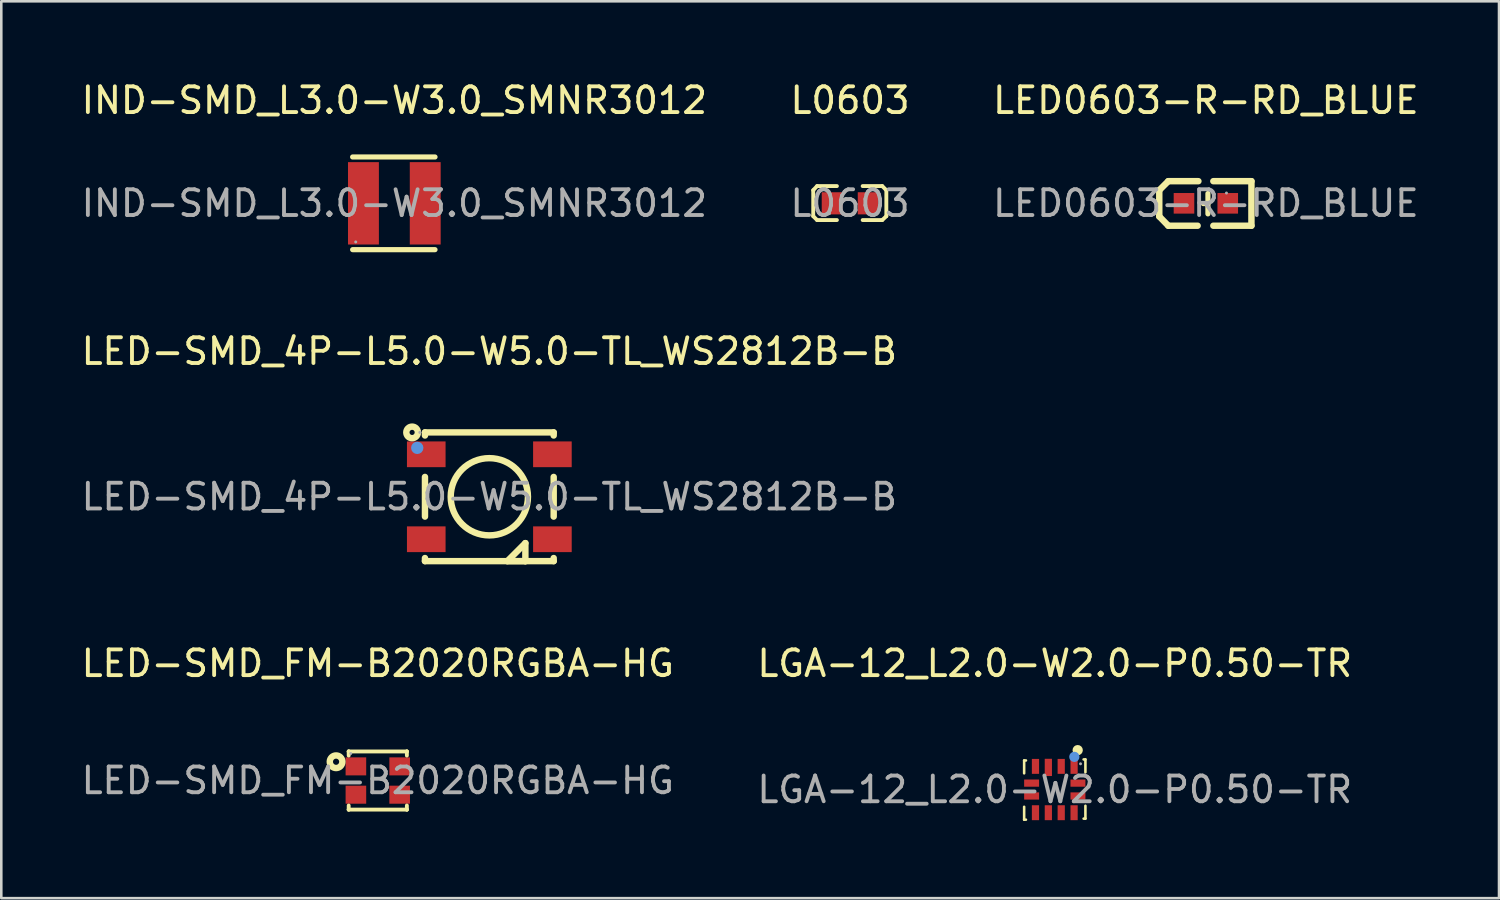
<source format=kicad_pcb>
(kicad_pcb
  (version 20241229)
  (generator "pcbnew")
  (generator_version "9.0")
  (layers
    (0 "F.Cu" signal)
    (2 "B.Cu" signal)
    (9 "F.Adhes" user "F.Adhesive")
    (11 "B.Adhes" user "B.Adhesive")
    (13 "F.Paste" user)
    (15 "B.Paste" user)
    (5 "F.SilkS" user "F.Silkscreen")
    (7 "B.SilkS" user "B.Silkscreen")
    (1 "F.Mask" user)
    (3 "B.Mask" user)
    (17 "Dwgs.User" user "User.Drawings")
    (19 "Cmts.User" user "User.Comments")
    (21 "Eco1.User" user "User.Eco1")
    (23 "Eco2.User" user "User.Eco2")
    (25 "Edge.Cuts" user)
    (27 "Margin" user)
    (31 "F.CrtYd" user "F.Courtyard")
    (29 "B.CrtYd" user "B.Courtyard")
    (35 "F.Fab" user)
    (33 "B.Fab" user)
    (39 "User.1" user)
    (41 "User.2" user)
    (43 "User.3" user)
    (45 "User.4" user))
  (footprint "LED-SMD_4P-L5.0-W5.0-TL_WS2812B-B"
    (layer "F.Cu")
    (at 15.958 16.247)
    (property "Reference" "LED-SMD_4P-L5.0-W5.0-TL_WS2812B-B" (at 0 -5.65 0) (layer "F.SilkS") (effects (font (size 1 1) (thickness 0.15))))
    (attr through_hole)
    (fp_line (start -2.5 -2.5) (end 2.5 -2.5) (stroke (width 0.25) (type solid)) (layer "F.SilkS"))
    (fp_line (start -2.5 -2.38) (end -2.5 -2.5) (stroke (width 0.25) (type solid)) (layer "F.SilkS"))
    (fp_line (start -2.5 0.77) (end -2.5 -0.77) (stroke (width 0.25) (type solid)) (layer "F.SilkS"))
    (fp_line (start -2.5 2.5) (end -2.5 2.38) (stroke (width 0.25) (type solid)) (layer "F.SilkS"))
    (fp_line (start 0.7 2.5) (end 1.4 1.8) (stroke (width 0.25) (type solid)) (layer "F.SilkS"))
    (fp_line (start 1.4 1.8) (end 1.4 2.5) (stroke (width 0.25) (type solid)) (layer "F.SilkS"))
    (fp_line (start 1.4 2.5) (end 0.7 2.5) (stroke (width 0.25) (type solid)) (layer "F.SilkS"))
    (fp_line (start 1.4 2.5) (end 1.4 2.5) (stroke (width 0.25) (type solid)) (layer "F.SilkS"))
    (fp_line (start 2.5 -2.5) (end 2.5 -2.38) (stroke (width 0.25) (type solid)) (layer "F.SilkS"))
    (fp_line (start 2.5 -0.77) (end 2.5 0.77) (stroke (width 0.25) (type solid)) (layer "F.SilkS"))
    (fp_line (start 2.5 2.38) (end 2.5 2.5) (stroke (width 0.25) (type solid)) (layer "F.SilkS"))
    (fp_line (start 2.5 2.5) (end -2.5 2.5) (stroke (width 0.25) (type solid)) (layer "F.SilkS"))
    (fp_circle (center -3 -2.5) (end -2.9 -2.5) (stroke (width 0.25) (type solid)) (fill no) (layer "F.SilkS"))
    (fp_circle (center 0 0) (end 1.5 0) (stroke (width 0.25) (type solid)) (fill no) (layer "F.SilkS"))
    (fp_circle (center -2.8 -1.9) (end -2.68 -1.9) (stroke (width 0.24) (type solid)) (fill no) (layer "Cmts.User"))
    (fp_circle (center -2.7 -2.5) (end -2.67 -2.5) (stroke (width 0.06) (type solid)) (fill no) (layer "F.Fab"))
    (fp_text user "${REFERENCE}" (at 0 0 0) (layer "F.Fab") (effects (font (size 1 1) (thickness 0.15))))
    (pad "1" smd rect (at -2.45 -1.65 180) (size 1.5 1) (layers "F.Cu" "F.Mask" "F.Paste"))
    (pad "2" smd rect (at -2.45 1.65 180) (size 1.5 1) (layers "F.Cu" "F.Mask" "F.Paste"))
    (pad "3" smd rect (at 2.45 1.65 180) (size 1.5 1) (layers "F.Cu" "F.Mask" "F.Paste"))
    (pad "4" smd rect (at 2.45 -1.65 180) (size 1.5 1) (layers "F.Cu" "F.Mask" "F.Paste")))
  (footprint "LED0603-R-RD_BLUE"
    (layer "F.Cu")
    (at 43.792 4.848)
    (property "Reference" "LED0603-R-RD_BLUE" (at 0 -4 0) (layer "F.SilkS") (effects (font (size 1 1) (thickness 0.15))))
    (attr through_hole)
    (fp_line (start -1.81 -0.51) (end -1.46 -0.86) (stroke (width 0.25) (type solid)) (layer "F.SilkS"))
    (fp_line (start -1.81 0.51) (end -1.81 -0.51) (stroke (width 0.25) (type solid)) (layer "F.SilkS"))
    (fp_line (start -1.46 0.87) (end -1.81 0.51) (stroke (width 0.25) (type solid)) (layer "F.SilkS"))
    (fp_line (start -0.32 0.87) (end -1.46 0.87) (stroke (width 0.25) (type solid)) (layer "F.SilkS"))
    (fp_line (start -0.29 -0.86) (end -1.46 -0.86) (stroke (width 0.25) (type solid)) (layer "F.SilkS"))
    (fp_line (start 0.08 0.01) (end -0.1 0.01) (stroke (width 0.2) (type solid)) (layer "F.SilkS"))
    (fp_line (start 0.08 0.41) (end 0.08 -0.38) (stroke (width 0.2) (type solid)) (layer "F.SilkS"))
    (fp_line (start 1.77 -0.86) (end 0.29 -0.86) (stroke (width 0.25) (type solid)) (layer "F.SilkS"))
    (fp_line (start 1.77 0.87) (end 0.29 0.87) (stroke (width 0.25) (type solid)) (layer "F.SilkS"))
    (fp_line (start 1.77 0.87) (end 1.77 -0.86) (stroke (width 0.25) (type solid)) (layer "F.SilkS"))
    (fp_circle (center 0.8 -0.4) (end 0.83 -0.4) (stroke (width 0.06) (type solid)) (fill no) (layer "F.Fab"))
    (fp_text user "${REFERENCE}" (at 0 0 0) (layer "F.Fab") (effects (font (size 1 1) (thickness 0.15))))
    (pad "1" smd rect (at 0.85 0 90) (size 0.8 0.8) (layers "F.Cu" "F.Mask" "F.Paste"))
    (pad "2" smd rect (at -0.85 0 90) (size 0.8 0.8) (layers "F.Cu" "F.Mask" "F.Paste")))
  (footprint "LGA-12_L2.0-W2.0-P0.50-TR"
    (layer "F.Cu")
    (at 37.923 27.62)
    (property "Reference" "LGA-12_L2.0-W2.0-P0.50-TR" (at 0 -4.9 0) (layer "F.SilkS") (effects (font (size 1 1) (thickness 0.15))))
    (attr through_hole)
    (fp_line (start -1.19 -1.13) (end -1.19 -0.63) (stroke (width 0.1) (type solid)) (layer "F.SilkS"))
    (fp_line (start -1.19 1.17) (end -1.19 0.67) (stroke (width 0.1) (type solid)) (layer "F.SilkS"))
    (fp_line (start -1.12 -1.13) (end -1.19 -1.13) (stroke (width 0.1) (type solid)) (layer "F.SilkS"))
    (fp_line (start -1.12 1.17) (end -1.19 1.17) (stroke (width 0.1) (type solid)) (layer "F.SilkS"))
    (fp_line (start 1.12 -1.17) (end 1.19 -1.17) (stroke (width 0.1) (type solid)) (layer "F.SilkS"))
    (fp_line (start 1.12 1.13) (end 1.19 1.13) (stroke (width 0.1) (type solid)) (layer "F.SilkS"))
    (fp_line (start 1.19 -1.17) (end 1.19 -0.67) (stroke (width 0.1) (type solid)) (layer "F.SilkS"))
    (fp_line (start 1.19 1.13) (end 1.19 0.63) (stroke (width 0.1) (type solid)) (layer "F.SilkS"))
    (fp_circle (center 0.89 -1.53) (end 0.99 -1.53) (stroke (width 0.2) (type solid)) (fill no) (layer "F.SilkS"))
    (fp_circle (center 0.76 -1.27) (end 0.86 -1.27) (stroke (width 0.2) (type solid)) (fill no) (layer "Cmts.User"))
    (fp_circle (center 1 -1) (end 1.03 -1) (stroke (width 0.06) (type solid)) (fill no) (layer "F.Fab"))
    (fp_text user "${REFERENCE}" (at 0 0 0) (layer "F.Fab") (effects (font (size 1 1) (thickness 0.15))))
    (pad "1" smd rect (at 0.75 -0.9) (size 0.28 0.58) (layers "F.Cu" "F.Mask" "F.Paste"))
    (pad "2" smd rect (at 0.25 -0.9) (size 0.28 0.58) (layers "F.Cu" "F.Mask" "F.Paste"))
    (pad "3" smd rect (at -0.25 -0.86) (size 0.28 0.67) (layers "F.Cu" "F.Mask" "F.Paste"))
    (pad "4" smd rect (at -0.75 -0.9) (size 0.28 0.58) (layers "F.Cu" "F.Mask" "F.Paste"))
    (pad "5" smd rect (at -0.9 -0.25) (size 0.58 0.28) (layers "F.Cu" "F.Mask" "F.Paste"))
    (pad "6" smd rect (at -0.9 0.25) (size 0.58 0.28) (layers "F.Cu" "F.Mask" "F.Paste"))
    (pad "7" smd rect (at -0.75 0.9) (size 0.28 0.58) (layers "F.Cu" "F.Mask" "F.Paste"))
    (pad "8" smd rect (at -0.25 0.9) (size 0.28 0.58) (layers "F.Cu" "F.Mask" "F.Paste"))
    (pad "9" smd rect (at 0.25 0.9) (size 0.28 0.58) (layers "F.Cu" "F.Mask" "F.Paste"))
    (pad "10" smd rect (at 0.75 0.9) (size 0.28 0.58) (layers "F.Cu" "F.Mask" "F.Paste"))
    (pad "11" smd rect (at 0.9 0.25) (size 0.58 0.28) (layers "F.Cu" "F.Mask" "F.Paste"))
    (pad "12" smd rect (at 0.9 -0.25) (size 0.58 0.28) (layers "F.Cu" "F.Mask" "F.Paste")))
  (footprint "LED-SMD_FM-B2020RGBA-HG"
    (layer "F.Cu")
    (at 11.625 27.27)
    (property "Reference" "LED-SMD_FM-B2020RGBA-HG" (at 0 -4.55 0) (layer "F.SilkS") (effects (font (size 1 1) (thickness 0.15))))
    (attr through_hole)
    (fp_line (start -1.13 -1.13) (end -1.13 -1.13) (stroke (width 0.15) (type solid)) (layer "F.SilkS"))
    (fp_line (start -1.13 -1.13) (end 1.13 -1.13) (stroke (width 0.15) (type solid)) (layer "F.SilkS"))
    (fp_line (start -1.13 -0.97) (end -1.13 -1.13) (stroke (width 0.15) (type solid)) (layer "F.SilkS"))
    (fp_line (start -1.13 0.97) (end -1.13 1.13) (stroke (width 0.15) (type solid)) (layer "F.SilkS"))
    (fp_line (start -1.13 1.13) (end -1.13 1.13) (stroke (width 0.15) (type solid)) (layer "F.SilkS"))
    (fp_line (start -1.13 1.13) (end 1.13 1.13) (stroke (width 0.15) (type solid)) (layer "F.SilkS"))
    (fp_line (start 1.13 -1.13) (end 1.13 -1.13) (stroke (width 0.15) (type solid)) (layer "F.SilkS"))
    (fp_line (start 1.13 -1.13) (end 1.13 -0.97) (stroke (width 0.15) (type solid)) (layer "F.SilkS"))
    (fp_line (start 1.13 1.13) (end 1.13 0.97) (stroke (width 0.15) (type solid)) (layer "F.SilkS"))
    (fp_line (start 1.13 1.13) (end 1.13 1.13) (stroke (width 0.15) (type solid)) (layer "F.SilkS"))
    (fp_circle (center -1.62 -0.73) (end -1.5 -0.73) (stroke (width 0.25) (type solid)) (fill no) (layer "F.SilkS"))
    (fp_circle (center -1.05 -1.05) (end -1.02 -1.05) (stroke (width 0.06) (type solid)) (fill no) (layer "F.Fab"))
    (fp_text user "${REFERENCE}" (at 0 0 0) (layer "F.Fab") (effects (font (size 1 1) (thickness 0.15))))
    (pad "1" smd rect (at -0.85 -0.55 270) (size 0.7 0.8) (layers "F.Cu" "F.Mask" "F.Paste"))
    (pad "2" smd rect (at 0.85 -0.55 270) (size 0.7 0.8) (layers "F.Cu" "F.Mask" "F.Paste"))
    (pad "3" smd rect (at 0.85 0.55 270) (size 0.7 0.8) (layers "F.Cu" "F.Mask" "F.Paste"))
    (pad "4" smd rect (at -0.85 0.55 270) (size 0.7 0.8) (layers "F.Cu" "F.Mask" "F.Paste")))
  (footprint "IND-SMD_L3.0-W3.0_SMNR3012"
    (layer "F.Cu")
    (at 12.268 4.848)
    (property "Reference" "IND-SMD_L3.0-W3.0_SMNR3012" (at 0 -4 0) (layer "F.SilkS") (effects (font (size 1 1) (thickness 0.15))))
    (attr through_hole)
    (fp_line (start -1.62 -1.8) (end 1.58 -1.8) (stroke (width 0.2) (type solid)) (layer "F.SilkS"))
    (fp_line (start -1.62 1.8) (end 1.58 1.8) (stroke (width 0.2) (type solid)) (layer "F.SilkS"))
    (fp_circle (center -1.5 1.5) (end -1.47 1.5) (stroke (width 0.06) (type solid)) (fill no) (layer "F.Fab"))
    (fp_text user "${REFERENCE}" (at 0 0 0) (layer "F.Fab") (effects (font (size 1 1) (thickness 0.15))))
    (pad "1" smd rect (at -1.2 0 180) (size 1.2 3.2) (layers "F.Cu" "F.Mask" "F.Paste"))
    (pad "2" smd rect (at 1.2 0 180) (size 1.2 3.2) (layers "F.Cu" "F.Mask" "F.Paste")))
  (footprint "L0603"
    (layer "F.Cu")
    (at 29.97 4.848)
    (property "Reference" "L0603" (at 0 -4 0) (layer "F.SilkS") (effects (font (size 1 1) (thickness 0.15))))
    (attr through_hole)
    (fp_line (start -1.43 -0.51) (end -1.28 -0.67) (stroke (width 0.15) (type solid)) (layer "F.SilkS"))
    (fp_line (start -1.43 0.5) (end -1.43 -0.51) (stroke (width 0.15) (type solid)) (layer "F.SilkS"))
    (fp_line (start -1.28 -0.67) (end -0.51 -0.67) (stroke (width 0.15) (type solid)) (layer "F.SilkS"))
    (fp_line (start -1.28 0.65) (end -1.43 0.5) (stroke (width 0.15) (type solid)) (layer "F.SilkS"))
    (fp_line (start -1.28 0.65) (end -0.51 0.65) (stroke (width 0.15) (type solid)) (layer "F.SilkS"))
    (fp_line (start 1.25 -0.67) (end 0.49 -0.67) (stroke (width 0.15) (type solid)) (layer "F.SilkS"))
    (fp_line (start 1.25 -0.67) (end 1.41 -0.51) (stroke (width 0.15) (type solid)) (layer "F.SilkS"))
    (fp_line (start 1.25 0.65) (end 0.49 0.65) (stroke (width 0.15) (type solid)) (layer "F.SilkS"))
    (fp_line (start 1.41 -0.51) (end 1.41 0.5) (stroke (width 0.15) (type solid)) (layer "F.SilkS"))
    (fp_line (start 1.41 0.5) (end 1.25 0.65) (stroke (width 0.15) (type solid)) (layer "F.SilkS"))
    (fp_circle (center -0.8 0.4) (end -0.77 0.4) (stroke (width 0.06) (type solid)) (fill no) (layer "F.Fab"))
    (fp_text user "${REFERENCE}" (at 0 0 0) (layer "F.Fab") (effects (font (size 1 1) (thickness 0.15))))
    (pad "1" smd rect (at -0.7 0 180) (size 0.8 0.86) (layers "F.Cu" "F.Mask" "F.Paste"))
    (pad "2" smd rect (at 0.7 0 180) (size 0.8 0.86) (layers "F.Cu" "F.Mask" "F.Paste")))
  (gr_rect
    (start -3 -3)
    (end 55.179 31.84)
    (stroke (width 0.1) (type default))
    (fill no)
    (layer "Edge.Cuts")))
</source>
